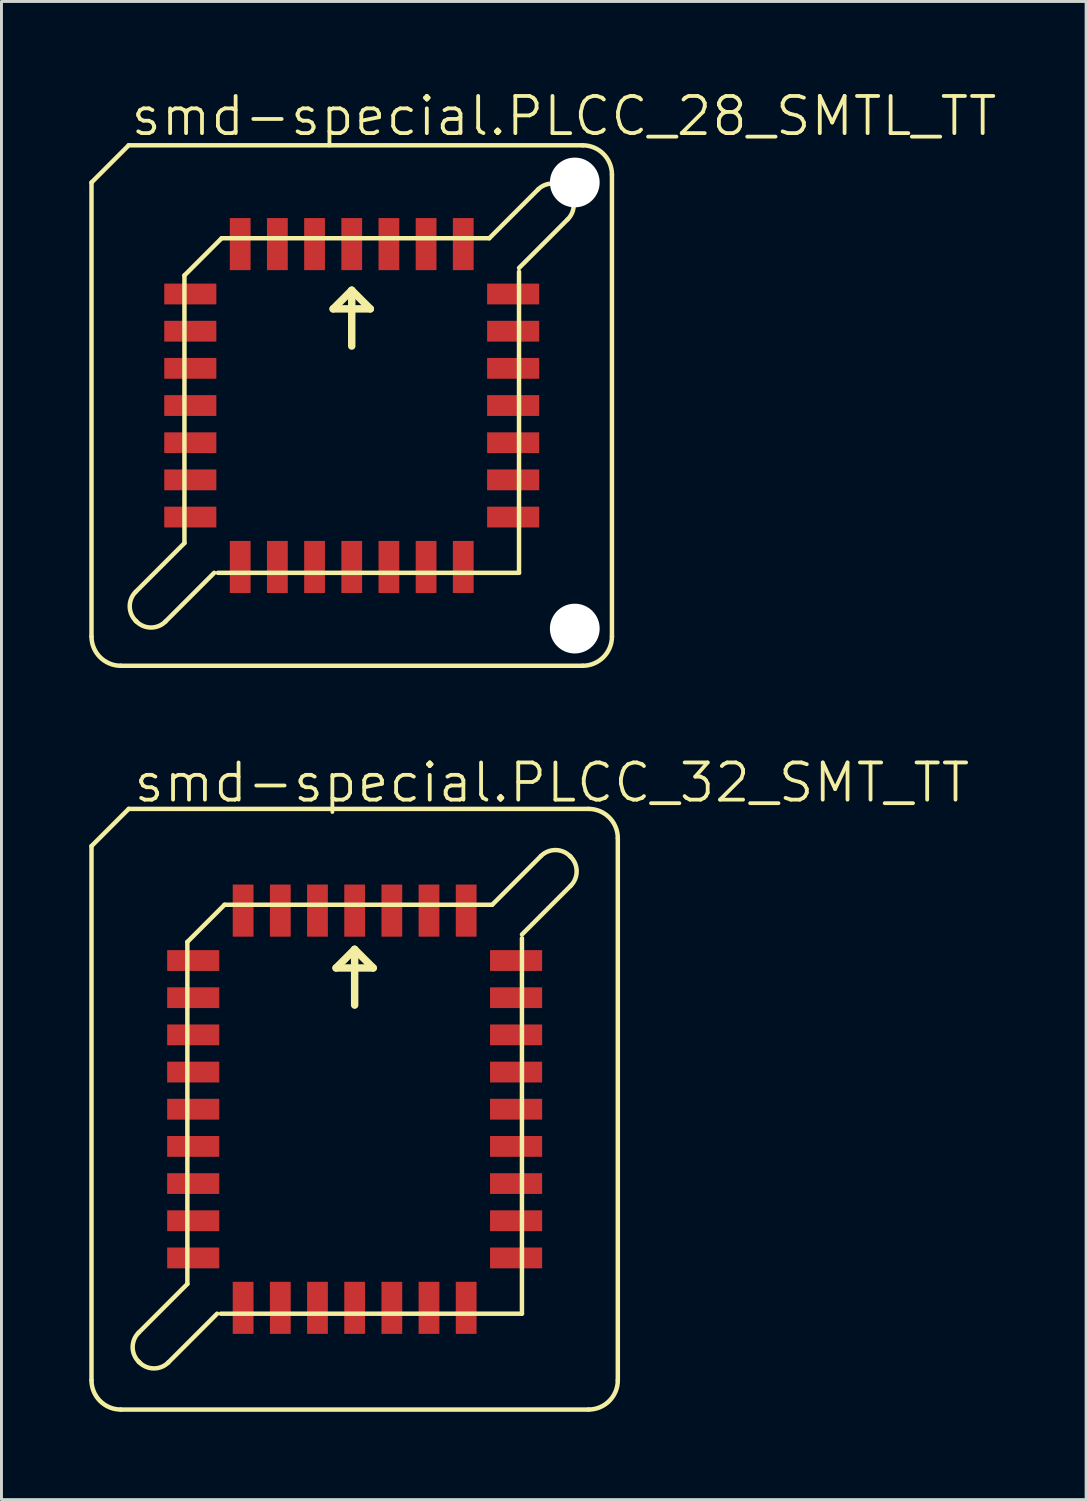
<source format=kicad_pcb>
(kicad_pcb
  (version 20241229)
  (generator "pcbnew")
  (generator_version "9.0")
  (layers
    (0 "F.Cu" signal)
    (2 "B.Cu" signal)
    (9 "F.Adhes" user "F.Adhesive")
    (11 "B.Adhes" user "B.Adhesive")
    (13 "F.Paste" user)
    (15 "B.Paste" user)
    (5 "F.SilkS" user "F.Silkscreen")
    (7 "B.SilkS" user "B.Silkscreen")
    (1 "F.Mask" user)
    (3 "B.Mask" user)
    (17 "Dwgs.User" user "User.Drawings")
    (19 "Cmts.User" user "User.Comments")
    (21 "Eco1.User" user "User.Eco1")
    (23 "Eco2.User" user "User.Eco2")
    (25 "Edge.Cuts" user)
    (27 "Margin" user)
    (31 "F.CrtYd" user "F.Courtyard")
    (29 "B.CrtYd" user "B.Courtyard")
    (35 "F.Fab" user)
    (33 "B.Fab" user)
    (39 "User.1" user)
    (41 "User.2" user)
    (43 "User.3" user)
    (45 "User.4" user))
  (footprint "smd-special.PLCC_28_SMTL_TT"
    (layer "F.Cu")
    (at 8.966 10.804)
    (property "Reference" "smd-special.PLCC_28_SMTL_TT" (at -7.62 -9.144 0) (layer "F.SilkS") (effects (font (size 1.27 1.27) (thickness 0.13)) (justify left bottom)))
    (attr smd)
    (fp_line (start -8.89 7.89) (end -8.89 -7.62) (stroke (width 0.152) (type default)) (layer "F.SilkS"))
    (fp_line (start -7.89 8.89) (end 7.89 8.89) (stroke (width 0.152) (type default)) (layer "F.SilkS"))
    (fp_line (start -7.62 -8.89) (end -8.89 -7.62) (stroke (width 0.152) (type default)) (layer "F.SilkS"))
    (fp_line (start -7.379 6.363) (end -5.715 4.699) (stroke (width 0.152) (type default)) (layer "F.SilkS"))
    (fp_line (start -7.353 7.379) (end -7.379 7.353) (stroke (width 0.152) (type default)) (layer "F.SilkS"))
    (fp_line (start -5.715 -4.445) (end -4.445 -5.715) (stroke (width 0.152) (type default)) (layer "F.SilkS"))
    (fp_line (start -5.715 4.699) (end -5.715 -4.445) (stroke (width 0.152) (type default)) (layer "F.SilkS"))
    (fp_line (start -4.699 5.715) (end -6.363 7.379) (stroke (width 0.152) (type default)) (layer "F.SilkS"))
    (fp_line (start -4.572 5.715) (end 5.715 5.715) (stroke (width 0.152) (type default)) (layer "F.SilkS"))
    (fp_line (start -0.635 -3.302) (end 0 -3.937) (stroke (width 0.254) (type default)) (layer "F.SilkS"))
    (fp_line (start 0 -3.937) (end 0 -2.032) (stroke (width 0.254) (type default)) (layer "F.SilkS"))
    (fp_line (start 0 -3.937) (end 0.635 -3.302) (stroke (width 0.254) (type default)) (layer "F.SilkS"))
    (fp_line (start 0.635 -3.302) (end -0.635 -3.302) (stroke (width 0.254) (type default)) (layer "F.SilkS"))
    (fp_line (start 4.699 -5.715) (end -4.445 -5.715) (stroke (width 0.152) (type default)) (layer "F.SilkS"))
    (fp_line (start 5.715 -4.699) (end 7.379 -6.363) (stroke (width 0.152) (type default)) (layer "F.SilkS"))
    (fp_line (start 5.715 -4.572) (end 5.715 5.715) (stroke (width 0.152) (type default)) (layer "F.SilkS"))
    (fp_line (start 6.363 -7.379) (end 4.699 -5.715) (stroke (width 0.152) (type default)) (layer "F.SilkS"))
    (fp_line (start 7.379 -7.353) (end 7.353 -7.379) (stroke (width 0.152) (type default)) (layer "F.SilkS"))
    (fp_line (start 7.89 -8.89) (end -7.62 -8.89) (stroke (width 0.152) (type default)) (layer "F.SilkS"))
    (fp_line (start 8.89 7.89) (end 8.89 -7.89) (stroke (width 0.152) (type default)) (layer "F.SilkS"))
    (fp_arc (start -7.89 8.89) (mid -8.597107 8.597107) (end -8.89 7.89) (stroke (width 0.1524) (type default)) (layer "F.SilkS"))
    (fp_arc (start -7.379 7.353) (mid -7.584036 6.858) (end -7.379 6.363) (stroke (width 0.1524) (type default)) (layer "F.SilkS"))
    (fp_arc (start -6.363 7.379) (mid -6.858 7.584036) (end -7.353 7.379) (stroke (width 0.1524) (type default)) (layer "F.SilkS"))
    (fp_arc (start 6.363 -7.379) (mid 6.858 -7.584036) (end 7.353 -7.379) (stroke (width 0.1524) (type default)) (layer "F.SilkS"))
    (fp_arc (start 7.379 -7.353) (mid 7.584036 -6.858) (end 7.379 -6.363) (stroke (width 0.1524) (type default)) (layer "F.SilkS"))
    (fp_arc (start 7.89 -8.89) (mid 8.597107 -8.597107) (end 8.89 -7.89) (stroke (width 0.1524) (type default)) (layer "F.SilkS"))
    (fp_arc (start 8.89 7.89) (mid 8.597107 8.597107) (end 7.89 8.89) (stroke (width 0.1524) (type default)) (layer "F.SilkS"))
    (pad "" np_thru_hole circle (at 7.62 -7.62) (size 1.7 1.7) (drill 1.7) (layers "*.Cu" "*.Mask"))
    (pad "" np_thru_hole circle (at 7.62 7.62) (size 1.7 1.7) (drill 1.7) (layers "*.Cu" "*.Mask"))
    (pad "1" smd roundrect (at 0 -5.515) (size 0.71 1.78) (layers "F.Cu" "F.Mask" "F.Paste") (roundrect_rratio 0.01))
    (pad "2" smd roundrect (at -1.27 -5.515) (size 0.71 1.78) (layers "F.Cu" "F.Mask" "F.Paste") (roundrect_rratio 0.01))
    (pad "3" smd roundrect (at -2.54 -5.515) (size 0.71 1.78) (layers "F.Cu" "F.Mask" "F.Paste") (roundrect_rratio 0.01))
    (pad "4" smd roundrect (at -3.81 -5.515) (size 0.71 1.78) (layers "F.Cu" "F.Mask" "F.Paste") (roundrect_rratio 0.01))
    (pad "5" smd roundrect (at -5.515 -3.81) (size 1.78 0.71) (layers "F.Cu" "F.Mask" "F.Paste") (roundrect_rratio 0.01))
    (pad "6" smd roundrect (at -5.515 -2.54) (size 1.78 0.71) (layers "F.Cu" "F.Mask" "F.Paste") (roundrect_rratio 0.01))
    (pad "7" smd roundrect (at -5.515 -1.27) (size 1.78 0.71) (layers "F.Cu" "F.Mask" "F.Paste") (roundrect_rratio 0.01))
    (pad "8" smd roundrect (at -5.515 0) (size 1.78 0.71) (layers "F.Cu" "F.Mask" "F.Paste") (roundrect_rratio 0.01))
    (pad "9" smd roundrect (at -5.515 1.27) (size 1.78 0.71) (layers "F.Cu" "F.Mask" "F.Paste") (roundrect_rratio 0.01))
    (pad "10" smd roundrect (at -5.515 2.54) (size 1.78 0.71) (layers "F.Cu" "F.Mask" "F.Paste") (roundrect_rratio 0.01))
    (pad "11" smd roundrect (at -5.515 3.81) (size 1.78 0.71) (layers "F.Cu" "F.Mask" "F.Paste") (roundrect_rratio 0.01))
    (pad "12" smd roundrect (at -3.81 5.515) (size 0.71 1.78) (layers "F.Cu" "F.Mask" "F.Paste") (roundrect_rratio 0.01))
    (pad "13" smd roundrect (at -2.54 5.515) (size 0.71 1.78) (layers "F.Cu" "F.Mask" "F.Paste") (roundrect_rratio 0.01))
    (pad "14" smd roundrect (at -1.27 5.515) (size 0.71 1.78) (layers "F.Cu" "F.Mask" "F.Paste") (roundrect_rratio 0.01))
    (pad "15" smd roundrect (at 0 5.515) (size 0.71 1.78) (layers "F.Cu" "F.Mask" "F.Paste") (roundrect_rratio 0.01))
    (pad "16" smd roundrect (at 1.27 5.515) (size 0.71 1.78) (layers "F.Cu" "F.Mask" "F.Paste") (roundrect_rratio 0.01))
    (pad "17" smd roundrect (at 2.54 5.515) (size 0.71 1.78) (layers "F.Cu" "F.Mask" "F.Paste") (roundrect_rratio 0.01))
    (pad "18" smd roundrect (at 3.81 5.515) (size 0.71 1.78) (layers "F.Cu" "F.Mask" "F.Paste") (roundrect_rratio 0.01))
    (pad "19" smd roundrect (at 5.515 3.81) (size 1.78 0.71) (layers "F.Cu" "F.Mask" "F.Paste") (roundrect_rratio 0.01))
    (pad "20" smd roundrect (at 5.515 2.54) (size 1.78 0.71) (layers "F.Cu" "F.Mask" "F.Paste") (roundrect_rratio 0.01))
    (pad "21" smd roundrect (at 5.515 1.27) (size 1.78 0.71) (layers "F.Cu" "F.Mask" "F.Paste") (roundrect_rratio 0.01))
    (pad "22" smd roundrect (at 5.515 0) (size 1.78 0.71) (layers "F.Cu" "F.Mask" "F.Paste") (roundrect_rratio 0.01))
    (pad "23" smd roundrect (at 5.515 -1.27) (size 1.78 0.71) (layers "F.Cu" "F.Mask" "F.Paste") (roundrect_rratio 0.01))
    (pad "24" smd roundrect (at 5.515 -2.54) (size 1.78 0.71) (layers "F.Cu" "F.Mask" "F.Paste") (roundrect_rratio 0.01))
    (pad "25" smd roundrect (at 5.515 -3.81) (size 1.78 0.71) (layers "F.Cu" "F.Mask" "F.Paste") (roundrect_rratio 0.01))
    (pad "26" smd roundrect (at 3.81 -5.515) (size 0.71 1.78) (layers "F.Cu" "F.Mask" "F.Paste") (roundrect_rratio 0.01))
    (pad "27" smd roundrect (at 2.54 -5.515) (size 0.71 1.78) (layers "F.Cu" "F.Mask" "F.Paste") (roundrect_rratio 0.01))
    (pad "28" smd roundrect (at 1.27 -5.515) (size 0.71 1.78) (layers "F.Cu" "F.Mask" "F.Paste") (roundrect_rratio 0.01)))
  (footprint "smd-special.PLCC_32_SMT_TT"
    (layer "F.Cu")
    (at 9.066 34.844)
    (property "Reference" "smd-special.PLCC_32_SMT_TT" (at -7.62 -10.414 0) (layer "F.SilkS") (effects (font (size 1.27 1.27) (thickness 0.13)) (justify left bottom)))
    (attr smd)
    (fp_line (start -8.99 -8.99) (end -8.99 9.26) (stroke (width 0.152) (type default)) (layer "F.SilkS"))
    (fp_line (start -7.99 10.26) (end 7.99 10.26) (stroke (width 0.152) (type default)) (layer "F.SilkS"))
    (fp_line (start -7.72 -10.26) (end -8.99 -8.99) (stroke (width 0.152) (type default)) (layer "F.SilkS"))
    (fp_line (start -7.379 7.633) (end -5.715 5.969) (stroke (width 0.152) (type default)) (layer "F.SilkS"))
    (fp_line (start -7.353 8.649) (end -7.379 8.623) (stroke (width 0.152) (type default)) (layer "F.SilkS"))
    (fp_line (start -5.715 -5.715) (end -4.445 -6.985) (stroke (width 0.152) (type default)) (layer "F.SilkS"))
    (fp_line (start -5.715 5.969) (end -5.715 -5.715) (stroke (width 0.152) (type default)) (layer "F.SilkS"))
    (fp_line (start -4.699 6.985) (end -6.363 8.649) (stroke (width 0.152) (type default)) (layer "F.SilkS"))
    (fp_line (start -4.572 6.985) (end 5.715 6.985) (stroke (width 0.152) (type default)) (layer "F.SilkS"))
    (fp_line (start -0.635 -4.826) (end 0 -5.461) (stroke (width 0.254) (type default)) (layer "F.SilkS"))
    (fp_line (start 0 -5.461) (end 0 -3.556) (stroke (width 0.254) (type default)) (layer "F.SilkS"))
    (fp_line (start 0 -5.461) (end 0.635 -4.826) (stroke (width 0.254) (type default)) (layer "F.SilkS"))
    (fp_line (start 0.635 -4.826) (end -0.635 -4.826) (stroke (width 0.254) (type default)) (layer "F.SilkS"))
    (fp_line (start 4.699 -6.985) (end -4.445 -6.985) (stroke (width 0.152) (type default)) (layer "F.SilkS"))
    (fp_line (start 5.715 -5.969) (end 7.379 -7.633) (stroke (width 0.152) (type default)) (layer "F.SilkS"))
    (fp_line (start 5.715 -5.842) (end 5.715 6.985) (stroke (width 0.152) (type default)) (layer "F.SilkS"))
    (fp_line (start 6.363 -8.649) (end 4.699 -6.985) (stroke (width 0.152) (type default)) (layer "F.SilkS"))
    (fp_line (start 7.379 -8.623) (end 7.353 -8.649) (stroke (width 0.152) (type default)) (layer "F.SilkS"))
    (fp_line (start 7.99 -10.26) (end -7.72 -10.26) (stroke (width 0.152) (type default)) (layer "F.SilkS"))
    (fp_line (start 8.99 9.26) (end 8.99 -9.26) (stroke (width 0.152) (type default)) (layer "F.SilkS"))
    (fp_arc (start -7.99 10.26) (mid -8.697107 9.967107) (end -8.99 9.26) (stroke (width 0.1524) (type default)) (layer "F.SilkS"))
    (fp_arc (start -7.379 8.623) (mid -7.584036 8.128) (end -7.379 7.633) (stroke (width 0.1524) (type default)) (layer "F.SilkS"))
    (fp_arc (start -6.363 8.649) (mid -6.858 8.854036) (end -7.353 8.649) (stroke (width 0.1524) (type default)) (layer "F.SilkS"))
    (fp_arc (start 6.363 -8.649) (mid 6.858 -8.854036) (end 7.353 -8.649) (stroke (width 0.1524) (type default)) (layer "F.SilkS"))
    (fp_arc (start 7.379 -8.623) (mid 7.584036 -8.128) (end 7.379 -7.633) (stroke (width 0.1524) (type default)) (layer "F.SilkS"))
    (fp_arc (start 7.99 -10.26) (mid 8.697107 -9.967107) (end 8.99 -9.26) (stroke (width 0.1524) (type default)) (layer "F.SilkS"))
    (fp_arc (start 8.99 9.26) (mid 8.697107 9.967107) (end 7.99 10.26) (stroke (width 0.1524) (type default)) (layer "F.SilkS"))
    (pad "1" smd roundrect (at 0 -6.785) (size 0.71 1.78) (layers "F.Cu" "F.Mask" "F.Paste") (roundrect_rratio 0.01))
    (pad "2" smd roundrect (at -1.27 -6.785) (size 0.71 1.78) (layers "F.Cu" "F.Mask" "F.Paste") (roundrect_rratio 0.01))
    (pad "3" smd roundrect (at -2.54 -6.785) (size 0.71 1.78) (layers "F.Cu" "F.Mask" "F.Paste") (roundrect_rratio 0.01))
    (pad "4" smd roundrect (at -3.81 -6.785) (size 0.71 1.78) (layers "F.Cu" "F.Mask" "F.Paste") (roundrect_rratio 0.01))
    (pad "5" smd roundrect (at -5.515 -5.08) (size 1.78 0.71) (layers "F.Cu" "F.Mask" "F.Paste") (roundrect_rratio 0.01))
    (pad "6" smd roundrect (at -5.515 -3.81) (size 1.78 0.71) (layers "F.Cu" "F.Mask" "F.Paste") (roundrect_rratio 0.01))
    (pad "7" smd roundrect (at -5.515 -2.54) (size 1.78 0.71) (layers "F.Cu" "F.Mask" "F.Paste") (roundrect_rratio 0.01))
    (pad "8" smd roundrect (at -5.515 -1.27) (size 1.78 0.71) (layers "F.Cu" "F.Mask" "F.Paste") (roundrect_rratio 0.01))
    (pad "9" smd roundrect (at -5.515 0) (size 1.78 0.71) (layers "F.Cu" "F.Mask" "F.Paste") (roundrect_rratio 0.01))
    (pad "10" smd roundrect (at -5.515 1.27) (size 1.78 0.71) (layers "F.Cu" "F.Mask" "F.Paste") (roundrect_rratio 0.01))
    (pad "11" smd roundrect (at -5.515 2.54) (size 1.78 0.71) (layers "F.Cu" "F.Mask" "F.Paste") (roundrect_rratio 0.01))
    (pad "12" smd roundrect (at -5.515 3.81) (size 1.78 0.71) (layers "F.Cu" "F.Mask" "F.Paste") (roundrect_rratio 0.01))
    (pad "13" smd roundrect (at -5.515 5.08) (size 1.78 0.71) (layers "F.Cu" "F.Mask" "F.Paste") (roundrect_rratio 0.01))
    (pad "14" smd roundrect (at -3.81 6.785) (size 0.71 1.78) (layers "F.Cu" "F.Mask" "F.Paste") (roundrect_rratio 0.01))
    (pad "15" smd roundrect (at -2.54 6.785) (size 0.71 1.78) (layers "F.Cu" "F.Mask" "F.Paste") (roundrect_rratio 0.01))
    (pad "16" smd roundrect (at -1.27 6.785) (size 0.71 1.78) (layers "F.Cu" "F.Mask" "F.Paste") (roundrect_rratio 0.01))
    (pad "17" smd roundrect (at 0 6.785) (size 0.71 1.78) (layers "F.Cu" "F.Mask" "F.Paste") (roundrect_rratio 0.01))
    (pad "18" smd roundrect (at 1.27 6.785) (size 0.71 1.78) (layers "F.Cu" "F.Mask" "F.Paste") (roundrect_rratio 0.01))
    (pad "19" smd roundrect (at 2.54 6.785) (size 0.71 1.78) (layers "F.Cu" "F.Mask" "F.Paste") (roundrect_rratio 0.01))
    (pad "20" smd roundrect (at 3.81 6.785) (size 0.71 1.78) (layers "F.Cu" "F.Mask" "F.Paste") (roundrect_rratio 0.01))
    (pad "21" smd roundrect (at 5.515 5.08) (size 1.78 0.71) (layers "F.Cu" "F.Mask" "F.Paste") (roundrect_rratio 0.01))
    (pad "22" smd roundrect (at 5.515 3.81) (size 1.78 0.71) (layers "F.Cu" "F.Mask" "F.Paste") (roundrect_rratio 0.01))
    (pad "23" smd roundrect (at 5.515 2.54) (size 1.78 0.71) (layers "F.Cu" "F.Mask" "F.Paste") (roundrect_rratio 0.01))
    (pad "24" smd roundrect (at 5.515 1.27) (size 1.78 0.71) (layers "F.Cu" "F.Mask" "F.Paste") (roundrect_rratio 0.01))
    (pad "25" smd roundrect (at 5.515 0) (size 1.78 0.71) (layers "F.Cu" "F.Mask" "F.Paste") (roundrect_rratio 0.01))
    (pad "26" smd roundrect (at 5.515 -1.27) (size 1.78 0.71) (layers "F.Cu" "F.Mask" "F.Paste") (roundrect_rratio 0.01))
    (pad "27" smd roundrect (at 5.515 -2.54) (size 1.78 0.71) (layers "F.Cu" "F.Mask" "F.Paste") (roundrect_rratio 0.01))
    (pad "28" smd roundrect (at 5.515 -3.81) (size 1.78 0.71) (layers "F.Cu" "F.Mask" "F.Paste") (roundrect_rratio 0.01))
    (pad "29" smd roundrect (at 5.515 -5.08) (size 1.78 0.71) (layers "F.Cu" "F.Mask" "F.Paste") (roundrect_rratio 0.01))
    (pad "30" smd roundrect (at 3.81 -6.785) (size 0.71 1.78) (layers "F.Cu" "F.Mask" "F.Paste") (roundrect_rratio 0.01))
    (pad "31" smd roundrect (at 2.54 -6.785) (size 0.71 1.78) (layers "F.Cu" "F.Mask" "F.Paste") (roundrect_rratio 0.01))
    (pad "32" smd roundrect (at 1.27 -6.785) (size 0.71 1.78) (layers "F.Cu" "F.Mask" "F.Paste") (roundrect_rratio 0.01)))
  (gr_rect
    (start -3 -3)
    (end 34.055 48.18)
    (stroke (width 0.1) (type default))
    (fill no)
    (layer "Edge.Cuts")))
</source>
